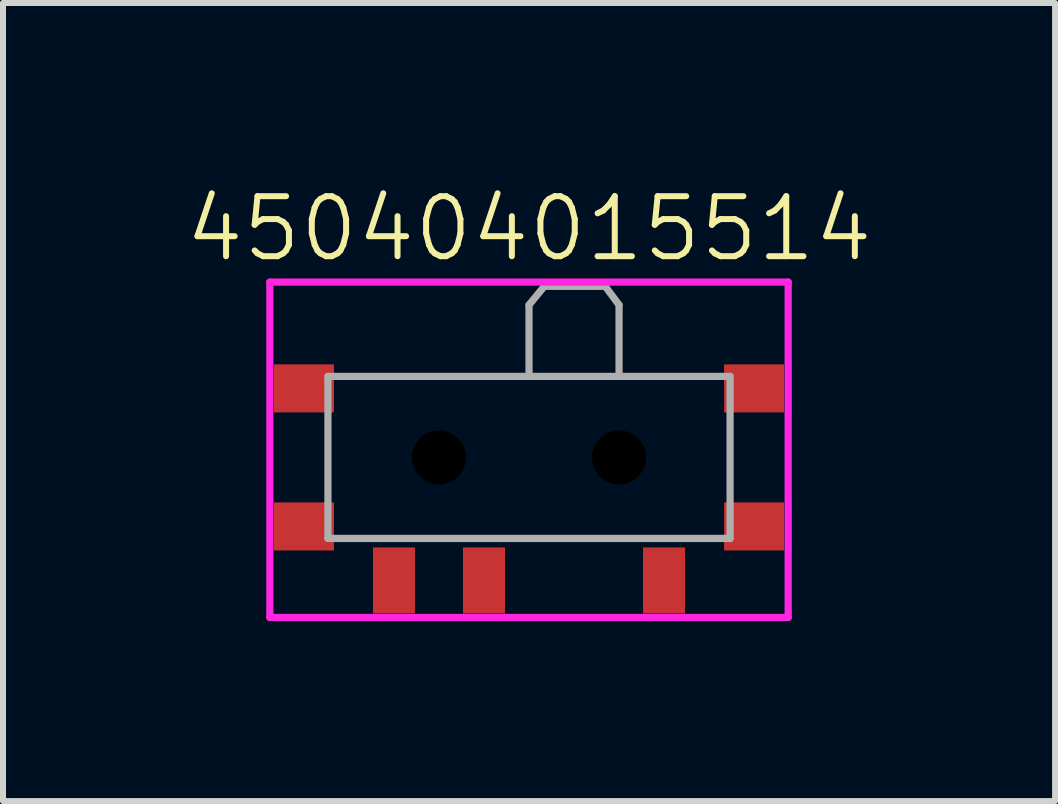
<source format=kicad_pcb>
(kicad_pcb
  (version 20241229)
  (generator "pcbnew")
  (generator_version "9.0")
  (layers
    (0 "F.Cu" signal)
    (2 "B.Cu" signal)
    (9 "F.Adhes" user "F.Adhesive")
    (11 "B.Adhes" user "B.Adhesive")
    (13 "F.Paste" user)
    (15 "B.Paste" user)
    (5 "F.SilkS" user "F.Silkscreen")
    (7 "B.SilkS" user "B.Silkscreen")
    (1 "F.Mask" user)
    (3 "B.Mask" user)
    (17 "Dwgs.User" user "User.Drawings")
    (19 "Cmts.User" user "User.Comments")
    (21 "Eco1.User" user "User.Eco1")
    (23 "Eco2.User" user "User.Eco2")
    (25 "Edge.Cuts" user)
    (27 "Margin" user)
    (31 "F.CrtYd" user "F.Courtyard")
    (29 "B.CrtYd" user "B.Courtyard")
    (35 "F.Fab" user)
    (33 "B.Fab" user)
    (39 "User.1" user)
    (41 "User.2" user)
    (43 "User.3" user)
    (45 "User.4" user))
  (footprint "450404015514"
    (layer "F.Cu")
    (at 5.764 4.571)
    (property "Reference" "450404015514" (at 0 -3.81 0) (layer "F.SilkS") (effects (font (size 1 1) (thickness 0.1))))
    (attr smd)
    (fp_line (start -4.318 -2.921) (end -4.318 2.667) (stroke (width 0.12) (type solid)) (layer "F.CrtYd"))
    (fp_line (start -4.318 -2.921) (end 4.318 -2.921) (stroke (width 0.12) (type solid)) (layer "F.CrtYd"))
    (fp_line (start 4.318 -2.921) (end 4.318 2.667) (stroke (width 0.12) (type solid)) (layer "F.CrtYd"))
    (fp_line (start 4.318 2.667) (end -4.318 2.667) (stroke (width 0.12) (type solid)) (layer "F.CrtYd"))
    (fp_line (start -3.35 -1.35) (end -3.35 1.35) (stroke (width 0.12) (type solid)) (layer "F.Fab"))
    (fp_line (start -3.35 -1.35) (end 3.35 -1.35) (stroke (width 0.12) (type solid)) (layer "F.Fab"))
    (fp_line (start -3.35 1.35) (end 3.35 1.35) (stroke (width 0.12) (type solid)) (layer "F.Fab"))
    (fp_line (start 0 -2.54) (end 0.254 -2.85) (stroke (width 0.12) (type solid)) (layer "F.Fab"))
    (fp_line (start 0 -1.35) (end 0 -2.54) (stroke (width 0.12) (type solid)) (layer "F.Fab"))
    (fp_line (start 1.27 -2.85) (end 0.254 -2.85) (stroke (width 0.12) (type solid)) (layer "F.Fab"))
    (fp_line (start 1.5 -2.54) (end 1.27 -2.85) (stroke (width 0.12) (type solid)) (layer "F.Fab"))
    (fp_line (start 1.5 -1.35) (end 1.5 -2.54) (stroke (width 0.12) (type solid)) (layer "F.Fab"))
    (fp_line (start 3.35 -1.35) (end 3.35 1.35) (stroke (width 0.12) (type solid)) (layer "F.Fab"))
    (pad "" smd rect (at -3.75 -1.15) (size 1 0.8) (layers "F.Cu" "F.Mask" "F.Paste"))
    (pad "" smd rect (at -3.75 1.15) (size 1 0.8) (layers "F.Cu" "F.Mask" "F.Paste"))
    (pad "" np_thru_hole circle (at -1.5 0) (size 0.9 0.9) (drill 0.9) (layers "*.Mask"))
    (pad "" np_thru_hole circle (at 1.5 0) (size 0.9 0.9) (drill 0.9) (layers "*.Mask"))
    (pad "" smd rect (at 3.75 -1.15) (size 1 0.8) (layers "F.Cu" "F.Mask" "F.Paste"))
    (pad "" smd rect (at 3.75 1.15) (size 1 0.8) (layers "F.Cu" "F.Mask" "F.Paste"))
    (pad "1" smd rect (at 2.25 2.05) (size 0.7 1.1) (layers "F.Cu" "F.Mask" "F.Paste"))
    (pad "2" smd rect (at -0.75 2.05) (size 0.7 1.1) (layers "F.Cu" "F.Mask" "F.Paste"))
    (pad "3" smd rect (at -2.25 2.05) (size 0.7 1.1) (layers "F.Cu" "F.Mask" "F.Paste")))
  (gr_rect
    (start -3 -3)
    (end 14.529 10.297)
    (stroke (width 0.1) (type default))
    (fill no)
    (layer "Edge.Cuts")))
</source>
